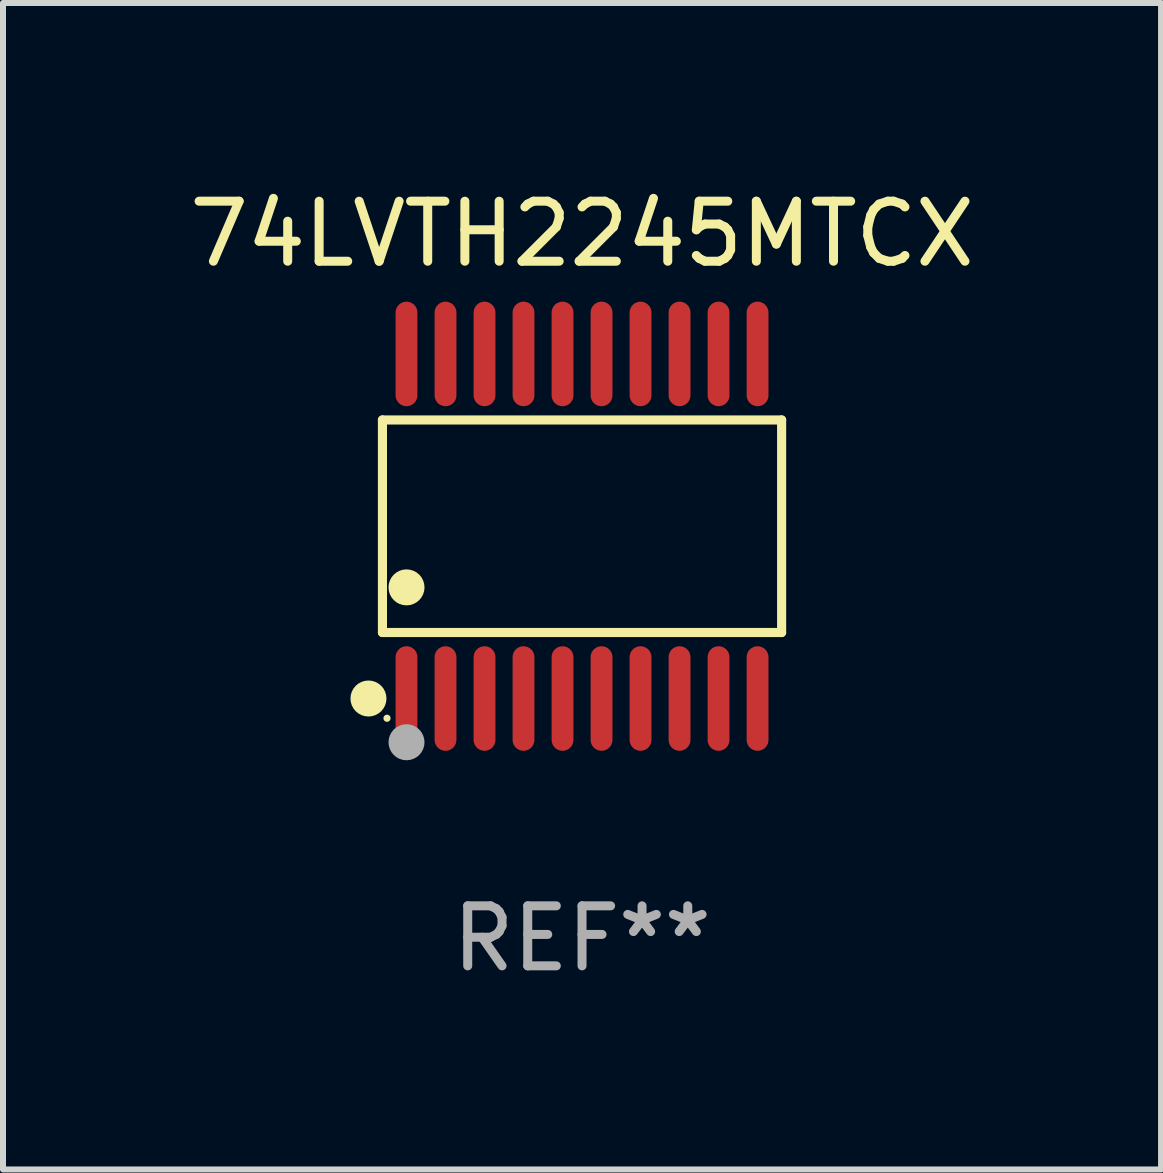
<source format=kicad_pcb>
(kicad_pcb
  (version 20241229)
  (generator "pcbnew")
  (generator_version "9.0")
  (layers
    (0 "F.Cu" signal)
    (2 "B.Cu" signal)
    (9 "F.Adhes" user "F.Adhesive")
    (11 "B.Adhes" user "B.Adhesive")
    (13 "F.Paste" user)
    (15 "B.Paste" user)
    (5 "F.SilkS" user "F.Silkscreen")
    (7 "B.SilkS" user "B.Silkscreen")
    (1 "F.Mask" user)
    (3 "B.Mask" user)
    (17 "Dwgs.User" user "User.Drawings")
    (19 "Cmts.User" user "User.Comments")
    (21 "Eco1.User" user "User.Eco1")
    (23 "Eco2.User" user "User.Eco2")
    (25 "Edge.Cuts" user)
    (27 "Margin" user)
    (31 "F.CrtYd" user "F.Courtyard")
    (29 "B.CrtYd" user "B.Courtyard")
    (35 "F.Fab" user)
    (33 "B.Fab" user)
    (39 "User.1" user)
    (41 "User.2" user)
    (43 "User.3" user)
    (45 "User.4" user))
  (footprint "74LVTH2245MTCX"
    (layer "F.Cu")
    (at 6.649 5.719)
    (property "Reference" "74LVTH2245MTCX" (at 0 -4.871 0) (layer "F.SilkS") (effects (font (size 1 1) (thickness 0.15))))
    (attr through_hole)
    (fp_line (start -3.326 -1.771) (end 3.326 -1.771) (stroke (width 0.152) (type solid)) (layer "F.SilkS"))
    (fp_line (start -3.326 1.771) (end -3.326 -1.771) (stroke (width 0.152) (type solid)) (layer "F.SilkS"))
    (fp_line (start 3.326 -1.771) (end 3.326 1.771) (stroke (width 0.152) (type solid)) (layer "F.SilkS"))
    (fp_line (start 3.326 1.771) (end -3.326 1.771) (stroke (width 0.152) (type solid)) (layer "F.SilkS"))
    (fp_circle (center -3.559 2.871) (end -3.409 2.871) (stroke (width 0.3) (type solid)) (fill no) (layer "F.SilkS"))
    (fp_circle (center -3.25 3.2) (end -3.22 3.2) (stroke (width 0.06) (type solid)) (fill no) (layer "F.SilkS"))
    (fp_circle (center -2.925 1.019) (end -2.775 1.019) (stroke (width 0.3) (type solid)) (fill no) (layer "F.SilkS"))
    (fp_circle (center -2.925 3.6) (end -2.775 3.6) (stroke (width 0.3) (type solid)) (fill no) (layer "F.Fab"))
    (fp_text user "REF**" (at 0 6.871 0) (layer "F.Fab") (effects (font (size 1 1) (thickness 0.15))))
    (pad "1" smd oval (at -2.925 2.871) (size 0.364 1.742) (layers "F.Cu" "F.Mask" "F.Paste"))
    (pad "2" smd oval (at -2.275 2.871) (size 0.364 1.742) (layers "F.Cu" "F.Mask" "F.Paste"))
    (pad "3" smd oval (at -1.625 2.871) (size 0.364 1.742) (layers "F.Cu" "F.Mask" "F.Paste"))
    (pad "4" smd oval (at -0.975 2.871) (size 0.364 1.742) (layers "F.Cu" "F.Mask" "F.Paste"))
    (pad "5" smd oval (at -0.325 2.871) (size 0.364 1.742) (layers "F.Cu" "F.Mask" "F.Paste"))
    (pad "6" smd oval (at 0.325 2.871) (size 0.364 1.742) (layers "F.Cu" "F.Mask" "F.Paste"))
    (pad "7" smd oval (at 0.975 2.871) (size 0.364 1.742) (layers "F.Cu" "F.Mask" "F.Paste"))
    (pad "8" smd oval (at 1.625 2.871) (size 0.364 1.742) (layers "F.Cu" "F.Mask" "F.Paste"))
    (pad "9" smd oval (at 2.275 2.871) (size 0.364 1.742) (layers "F.Cu" "F.Mask" "F.Paste"))
    (pad "10" smd oval (at 2.925 2.871) (size 0.364 1.742) (layers "F.Cu" "F.Mask" "F.Paste"))
    (pad "11" smd oval (at 2.925 -2.871) (size 0.364 1.742) (layers "F.Cu" "F.Mask" "F.Paste"))
    (pad "12" smd oval (at 2.275 -2.871) (size 0.364 1.742) (layers "F.Cu" "F.Mask" "F.Paste"))
    (pad "13" smd oval (at 1.625 -2.871) (size 0.364 1.742) (layers "F.Cu" "F.Mask" "F.Paste"))
    (pad "14" smd oval (at 0.975 -2.871) (size 0.364 1.742) (layers "F.Cu" "F.Mask" "F.Paste"))
    (pad "15" smd oval (at 0.325 -2.871) (size 0.364 1.742) (layers "F.Cu" "F.Mask" "F.Paste"))
    (pad "16" smd oval (at -0.325 -2.871) (size 0.364 1.742) (layers "F.Cu" "F.Mask" "F.Paste"))
    (pad "17" smd oval (at -0.975 -2.871) (size 0.364 1.742) (layers "F.Cu" "F.Mask" "F.Paste"))
    (pad "18" smd oval (at -1.625 -2.871) (size 0.364 1.742) (layers "F.Cu" "F.Mask" "F.Paste"))
    (pad "19" smd oval (at -2.275 -2.871) (size 0.364 1.742) (layers "F.Cu" "F.Mask" "F.Paste"))
    (pad "20" smd oval (at -2.925 -2.871) (size 0.364 1.742) (layers "F.Cu" "F.Mask" "F.Paste")))
  (gr_rect
    (start -3 -3)
    (end 16.298 16.438)
    (stroke (width 0.1) (type default))
    (fill no)
    (layer "Edge.Cuts")))
</source>
